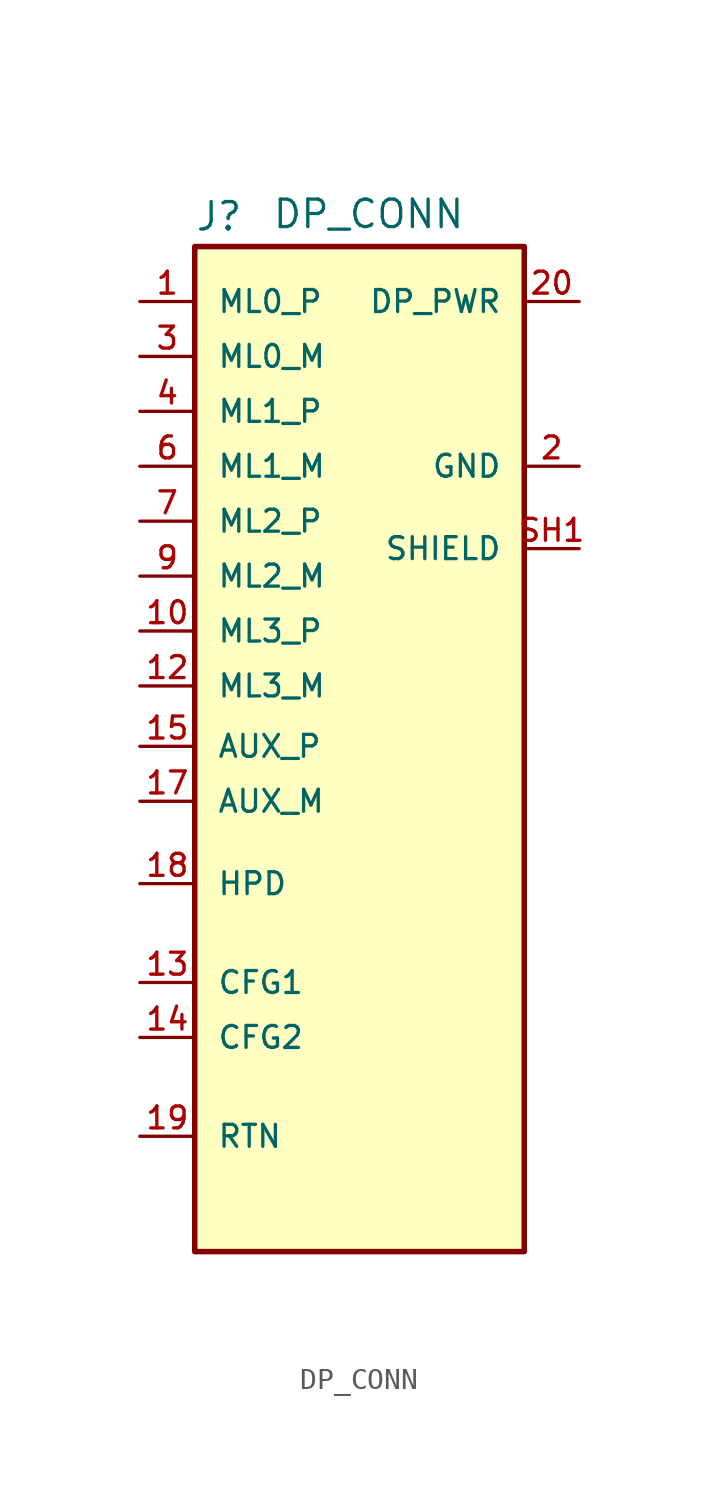
<source format=kicad_sym>
(kicad_symbol_lib
  (version 20211014)
  (generator kicad_symbol_editor)
  (symbol "DP_CONN"
    (pin_names
      (offset 1.016))
    (property "Reference" "J"
      (at -7.626 23.764 0)
      (effects (font (size 1.27 1.27)) (justify left bottom)))
    (property "Value" "DP_CONN"
      (at -4.064 23.876 0)
      (effects (font (size 1.27 1.27)) (justify left bottom)))
    (symbol "DP_CONN_0_0"
      (rectangle (start -7.62 23.114) (end 7.62 -23.368) (stroke (width 0.254) (type default) (color 0 0 0 0)) (fill (type background)))
      (pin bidirectional line (at -10.16 20.574 0) (length 2.54) (name "ML0_P" (effects (font (size 1.016 1.016)))) (number "1" (effects (font (size 1.016 1.016)))))
      (pin bidirectional line (at -10.16 5.334 0) (length 2.54) (name "ML3_P" (effects (font (size 1.016 1.016)))) (number "10" (effects (font (size 1.016 1.016)))))
      (pin passive line (at 10.16 12.954 180) (length 2.54) hide (name "GND" (effects (font (size 1.016 1.016)))) (number "11" (effects (font (size 1.016 1.016)))))
      (pin bidirectional line (at -10.16 2.794 0) (length 2.54) (name "ML3_M" (effects (font (size 1.016 1.016)))) (number "12" (effects (font (size 1.016 1.016)))))
      (pin passive line (at -10.16 -10.922 0) (length 2.54) (name "CFG1" (effects (font (size 1.016 1.016)))) (number "13" (effects (font (size 1.016 1.016)))))
      (pin passive line (at -10.16 -13.462 0) (length 2.54) (name "CFG2" (effects (font (size 1.016 1.016)))) (number "14" (effects (font (size 1.016 1.016)))))
      (pin input line (at -10.16 0 0) (length 2.54) (name "AUX_P" (effects (font (size 1.016 1.016)))) (number "15" (effects (font (size 1.016 1.016)))))
      (pin passive line (at 10.16 12.954 180) (length 2.54) hide (name "GND" (effects (font (size 1.016 1.016)))) (number "16" (effects (font (size 1.016 1.016)))))
      (pin input line (at -10.16 -2.54 0) (length 2.54) (name "AUX_M" (effects (font (size 1.016 1.016)))) (number "17" (effects (font (size 1.016 1.016)))))
      (pin input line (at -10.16 -6.35 0) (length 2.54) (name "HPD" (effects (font (size 1.016 1.016)))) (number "18" (effects (font (size 1.016 1.016)))))
      (pin output line (at -10.16 -18.034 0) (length 2.54) (name "RTN" (effects (font (size 1.016 1.016)))) (number "19" (effects (font (size 1.016 1.016)))))
      (pin passive line (at 10.16 12.954 180) (length 2.54) (name "GND" (effects (font (size 1.016 1.016)))) (number "2" (effects (font (size 1.016 1.016)))))
      (pin power_in line (at 10.16 20.574 180) (length 2.54) (name "DP_PWR" (effects (font (size 1.016 1.016)))) (number "20" (effects (font (size 1.016 1.016)))))
      (pin bidirectional line (at -10.16 18.034 0) (length 2.54) (name "ML0_M" (effects (font (size 1.016 1.016)))) (number "3" (effects (font (size 1.016 1.016)))))
      (pin bidirectional line (at -10.16 15.494 0) (length 2.54) (name "ML1_P" (effects (font (size 1.016 1.016)))) (number "4" (effects (font (size 1.016 1.016)))))
      (pin passive line (at 10.16 12.954 180) (length 2.54) hide (name "GND" (effects (font (size 1.016 1.016)))) (number "5" (effects (font (size 1.016 1.016)))))
      (pin bidirectional line (at -10.16 12.954 0) (length 2.54) (name "ML1_M" (effects (font (size 1.016 1.016)))) (number "6" (effects (font (size 1.016 1.016)))))
      (pin bidirectional line (at -10.16 10.414 0) (length 2.54) (name "ML2_P" (effects (font (size 1.016 1.016)))) (number "7" (effects (font (size 1.016 1.016)))))
      (pin passive line (at 10.16 12.954 180) (length 2.54) hide (name "GND" (effects (font (size 1.016 1.016)))) (number "8" (effects (font (size 1.016 1.016)))))
      (pin bidirectional line (at -10.16 7.874 0) (length 2.54) (name "ML2_M" (effects (font (size 1.016 1.016)))) (number "9" (effects (font (size 1.016 1.016)))))
      (pin passive line (at 10.16 9.144 180) (length 2.54) (name "SHIELD" (effects (font (size 1.016 1.016)))) (number "SH1" (effects (font (size 1.016 1.016)))))
      (pin passive line (at 10.16 9.144 180) (length 2.54) hide (name "SHIELD" (effects (font (size 1.016 1.016)))) (number "SH2" (effects (font (size 1.016 1.016)))))
      (pin passive line (at 10.16 9.144 180) (length 2.54) hide (name "SHIELD" (effects (font (size 1.016 1.016)))) (number "SH3" (effects (font (size 1.016 1.016))))))))
</source>
